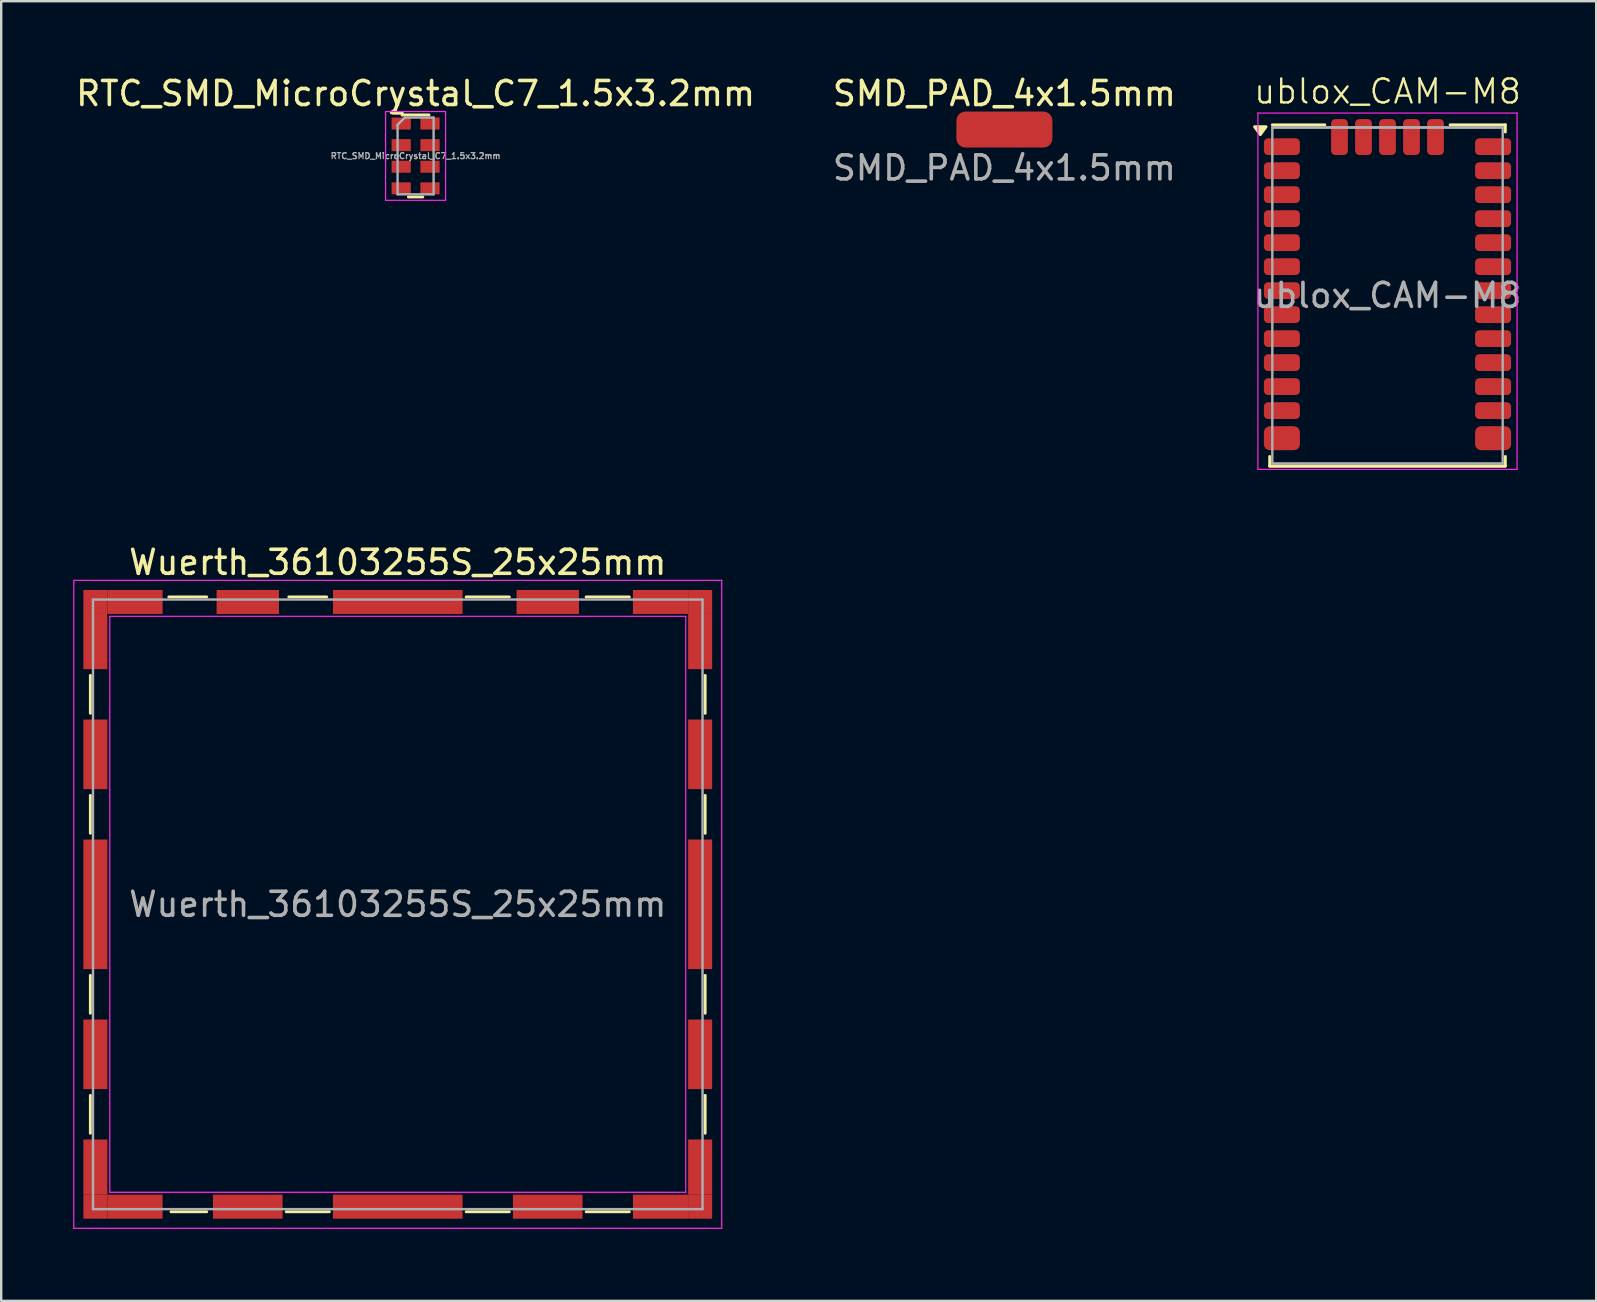
<source format=kicad_pcb>
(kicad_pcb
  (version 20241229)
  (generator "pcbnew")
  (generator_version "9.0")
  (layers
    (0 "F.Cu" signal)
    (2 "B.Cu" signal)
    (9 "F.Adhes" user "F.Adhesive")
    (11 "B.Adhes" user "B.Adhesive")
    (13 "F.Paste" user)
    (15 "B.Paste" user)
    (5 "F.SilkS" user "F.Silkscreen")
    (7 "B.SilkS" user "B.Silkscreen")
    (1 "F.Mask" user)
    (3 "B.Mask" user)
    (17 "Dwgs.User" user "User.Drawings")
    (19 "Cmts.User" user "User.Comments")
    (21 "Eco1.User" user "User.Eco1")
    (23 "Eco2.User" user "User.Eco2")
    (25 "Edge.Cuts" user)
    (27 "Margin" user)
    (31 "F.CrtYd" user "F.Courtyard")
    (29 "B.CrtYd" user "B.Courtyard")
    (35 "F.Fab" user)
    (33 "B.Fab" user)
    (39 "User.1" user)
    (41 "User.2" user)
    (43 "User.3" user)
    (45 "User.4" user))
  (footprint "ublox_CAM-M8"
    (layer "F.Cu")
    (at 54.768 9.261)
    (property "Reference" "ublox_CAM-M8" (at 0 -8.5 0) (unlocked yes) (layer "F.SilkS") (effects (font (size 1 1) (thickness 0.1))))
    (attr smd)
    (fp_line (start -4.91 6.71) (end -4.91 7.11) (stroke (width 0.12) (type default)) (layer "F.SilkS"))
    (fp_line (start -4.91 7.11) (end 4.91 7.11) (stroke (width 0.12) (type default)) (layer "F.SilkS"))
    (fp_line (start -4.91 7.11) (end 4.91 7.11) (stroke (width 0.12) (type default)) (layer "F.SilkS"))
    (fp_line (start -4.8 -7.11) (end -2.61 -7.11) (stroke (width 0.12) (type default)) (layer "F.SilkS"))
    (fp_line (start 2.61 -7.11) (end 4.91 -7.11) (stroke (width 0.12) (type default)) (layer "F.SilkS"))
    (fp_line (start 4.91 -7.11) (end 4.91 -6.81) (stroke (width 0.12) (type default)) (layer "F.SilkS"))
    (fp_line (start 4.91 6.71) (end 4.91 7.1) (stroke (width 0.12) (type default)) (layer "F.SilkS"))
    (fp_poly (pts (xy -5.3 -6.7) (xy -5.54 -7.03) (xy -5.06 -7.03) (xy -5.3 -6.7)) (stroke (width 0.12) (type solid)) (fill yes) (layer "F.SilkS"))
    (fp_line (start -5.4 -7.6) (end -5.4 7.25) (stroke (width 0.05) (type default)) (layer "F.CrtYd"))
    (fp_line (start -5.4 -7.6) (end 5.4 -7.6) (stroke (width 0.05) (type default)) (layer "F.CrtYd"))
    (fp_line (start -5.4 7.25) (end 5.4 7.25) (stroke (width 0.05) (type default)) (layer "F.CrtYd"))
    (fp_line (start 5.4 -7.6) (end 5.4 7.25) (stroke (width 0.05) (type default)) (layer "F.CrtYd"))
    (fp_line (start -4.8 -7) (end -4.8 7) (stroke (width 0.1) (type default)) (layer "F.Fab"))
    (fp_line (start -4.8 -7) (end 4.8 -7) (stroke (width 0.1) (type default)) (layer "F.Fab"))
    (fp_line (start -4.8 -7) (end 4.8 -7) (stroke (width 0.1) (type default)) (layer "F.Fab"))
    (fp_line (start -4.8 7) (end 4.8 7) (stroke (width 0.1) (type default)) (layer "F.Fab"))
    (fp_line (start 4.8 -7) (end 4.8 7) (stroke (width 0.1) (type default)) (layer "F.Fab"))
    (fp_text user "${REFERENCE}" (at 0 0 0) (unlocked yes) (layer "F.Fab") (effects (font (size 1 1) (thickness 0.15))))
    (pad "1" smd roundrect (at -4.4 -6.2 90) (size 0.7 1.5) (layers "F.Cu" "F.Mask" "F.Paste") (roundrect_rratio 0.25))
    (pad "2" smd roundrect (at -4.4 -5.2 90) (size 0.7 1.5) (layers "F.Cu" "F.Mask" "F.Paste") (roundrect_rratio 0.25))
    (pad "3" smd roundrect (at -4.4 -4.2 90) (size 0.7 1.5) (layers "F.Cu" "F.Mask" "F.Paste") (roundrect_rratio 0.25))
    (pad "4" smd roundrect (at -4.4 -3.2 90) (size 0.7 1.5) (layers "F.Cu" "F.Mask" "F.Paste") (roundrect_rratio 0.25))
    (pad "5" smd roundrect (at -4.4 -2.2 90) (size 0.7 1.5) (layers "F.Cu" "F.Mask" "F.Paste") (roundrect_rratio 0.25))
    (pad "6" smd roundrect (at -4.4 -1.2 90) (size 0.7 1.5) (layers "F.Cu" "F.Mask" "F.Paste") (roundrect_rratio 0.25))
    (pad "7" smd roundrect (at -4.4 -0.2 90) (size 0.7 1.5) (layers "F.Cu" "F.Mask" "F.Paste") (roundrect_rratio 0.25))
    (pad "8" smd roundrect (at -4.4 0.8 90) (size 0.7 1.5) (layers "F.Cu" "F.Mask" "F.Paste") (roundrect_rratio 0.25))
    (pad "9" smd roundrect (at -4.4 1.8 90) (size 0.7 1.5) (layers "F.Cu" "F.Mask" "F.Paste") (roundrect_rratio 0.25))
    (pad "10" smd roundrect (at -4.4 2.8 90) (size 0.7 1.5) (layers "F.Cu" "F.Mask" "F.Paste") (roundrect_rratio 0.25))
    (pad "11" smd roundrect (at -4.4 3.8 90) (size 0.7 1.5) (layers "F.Cu" "F.Mask" "F.Paste") (roundrect_rratio 0.25))
    (pad "12" smd roundrect (at -4.4 4.8 90) (size 0.7 1.5) (layers "F.Cu" "F.Mask" "F.Paste") (roundrect_rratio 0.25))
    (pad "13" smd roundrect (at -4.4 5.95 90) (size 1 1.5) (layers "F.Cu" "F.Mask" "F.Paste") (roundrect_rratio 0.25))
    (pad "14" smd roundrect (at 4.4 5.95 90) (size 1 1.5) (layers "F.Cu" "F.Mask" "F.Paste") (roundrect_rratio 0.25))
    (pad "15" smd roundrect (at 4.4 4.8 90) (size 0.7 1.5) (layers "F.Cu" "F.Mask" "F.Paste") (roundrect_rratio 0.25))
    (pad "16" smd roundrect (at 4.4 3.8 90) (size 0.7 1.5) (layers "F.Cu" "F.Mask" "F.Paste") (roundrect_rratio 0.25))
    (pad "17" smd roundrect (at 4.4 2.8 90) (size 0.7 1.5) (layers "F.Cu" "F.Mask" "F.Paste") (roundrect_rratio 0.25))
    (pad "18" smd roundrect (at 4.4 1.8 90) (size 0.7 1.5) (layers "F.Cu" "F.Mask" "F.Paste") (roundrect_rratio 0.25))
    (pad "19" smd roundrect (at 4.4 0.8 90) (size 0.7 1.5) (layers "F.Cu" "F.Mask" "F.Paste") (roundrect_rratio 0.25))
    (pad "20" smd roundrect (at 4.4 -0.2 90) (size 0.7 1.5) (layers "F.Cu" "F.Mask" "F.Paste") (roundrect_rratio 0.25))
    (pad "21" smd roundrect (at 4.4 -1.2 90) (size 0.7 1.5) (layers "F.Cu" "F.Mask" "F.Paste") (roundrect_rratio 0.25))
    (pad "22" smd roundrect (at 4.4 -2.2 90) (size 0.7 1.5) (layers "F.Cu" "F.Mask" "F.Paste") (roundrect_rratio 0.25))
    (pad "23" smd roundrect (at 4.4 -3.2 90) (size 0.7 1.5) (layers "F.Cu" "F.Mask" "F.Paste") (roundrect_rratio 0.25))
    (pad "24" smd roundrect (at 4.4 -4.2 90) (size 0.7 1.5) (layers "F.Cu" "F.Mask" "F.Paste") (roundrect_rratio 0.25))
    (pad "25" smd roundrect (at 4.4 -5.2 90) (size 0.7 1.5) (layers "F.Cu" "F.Mask" "F.Paste") (roundrect_rratio 0.25))
    (pad "26" smd roundrect (at 4.4 -6.2 90) (size 0.7 1.5) (layers "F.Cu" "F.Mask" "F.Paste") (roundrect_rratio 0.25))
    (pad "27" smd roundrect (at 2 -6.6) (size 0.7 1.5) (layers "F.Cu" "F.Mask" "F.Paste") (roundrect_rratio 0.25))
    (pad "28" smd roundrect (at 1 -6.6) (size 0.7 1.5) (layers "F.Cu" "F.Mask" "F.Paste") (roundrect_rratio 0.25))
    (pad "29" smd roundrect (at 0 -6.6) (size 0.7 1.5) (layers "F.Cu" "F.Mask" "F.Paste") (roundrect_rratio 0.25))
    (pad "30" smd roundrect (at -1 -6.6) (size 0.7 1.5) (layers "F.Cu" "F.Mask" "F.Paste") (roundrect_rratio 0.25))
    (pad "31" smd roundrect (at -2 -6.6) (size 0.7 1.5) (layers "F.Cu" "F.Mask" "F.Paste") (roundrect_rratio 0.25))
    (zone (net_name "") (layers "F.Cu" "B.Cu") (hatch edge 0.5) (connect_pads) (min_thickness 0.25) (filled_areas_thickness no) (keepout (tracks not_allowed) (vias not_allowed) (pads not_allowed) (copperpour not_allowed) (footprints allowed)) (placement (enabled no)) (fill) (polygon (pts (xy 51.168 11.46) (xy 51.168 16.261) (xy 58.368 16.261) (xy 58.368 11.46)))))
  (footprint "SMD_PAD_4x1.5mm"
    (layer "F.Cu")
    (at 38.804 2.348)
    (property "Reference" "SMD_PAD_4x1.5mm" (at 0 -1.5 0) (unlocked yes) (layer "F.SilkS") (effects (font (size 1 1) (thickness 0.15))))
    (attr smd)
    (fp_text user "${REFERENCE}" (at 0 1.6 0) (unlocked yes) (layer "F.Fab") (effects (font (size 1 1) (thickness 0.15))))
    (pad "1" smd roundrect (at 0 0) (size 4 1.5) (layers "F.Cu" "F.Mask" "F.Paste") (roundrect_rratio 0.25)))
  (footprint "Wuerth_36103255S_25x25mm"
    (layer "F.Cu")
    (at 13.525 34.634)
    (property "Reference" "Wuerth_36103255S_25x25mm" (at 0 -14.25 0) (layer "F.SilkS") (effects (font (size 1 1) (thickness 0.15))))
    (attr smd)
    (fp_line (start -12.81 -9.54) (end -12.81 -7.96) (stroke (width 0.12) (type solid)) (layer "F.SilkS"))
    (fp_line (start -12.81 -4.54) (end -12.81 -2.96) (stroke (width 0.12) (type solid)) (layer "F.SilkS"))
    (fp_line (start -12.81 2.96) (end -12.81 4.54) (stroke (width 0.12) (type solid)) (layer "F.SilkS"))
    (fp_line (start -12.81 7.96) (end -12.81 9.54) (stroke (width 0.12) (type solid)) (layer "F.SilkS"))
    (fp_line (start -9.54 -12.81) (end -7.96 -12.81) (stroke (width 0.12) (type solid)) (layer "F.SilkS"))
    (fp_line (start -9.45 12.81) (end -7.96 12.81) (stroke (width 0.12) (type solid)) (layer "F.SilkS"))
    (fp_line (start -4.65 12.81) (end -2.85 12.81) (stroke (width 0.12) (type solid)) (layer "F.SilkS"))
    (fp_line (start -4.54 -12.81) (end -2.96 -12.81) (stroke (width 0.12) (type solid)) (layer "F.SilkS"))
    (fp_line (start 2.85 -12.81) (end 4.65 -12.81) (stroke (width 0.12) (type solid)) (layer "F.SilkS"))
    (fp_line (start 2.85 12.81) (end 4.65 12.81) (stroke (width 0.12) (type solid)) (layer "F.SilkS"))
    (fp_line (start 7.85 -12.81) (end 9.65 -12.81) (stroke (width 0.12) (type solid)) (layer "F.SilkS"))
    (fp_line (start 7.85 12.81) (end 9.65 12.81) (stroke (width 0.12) (type solid)) (layer "F.SilkS"))
    (fp_line (start 12.81 -9.54) (end 12.81 -7.96) (stroke (width 0.12) (type solid)) (layer "F.SilkS"))
    (fp_line (start 12.81 -4.54) (end 12.81 -2.96) (stroke (width 0.12) (type solid)) (layer "F.SilkS"))
    (fp_line (start 12.81 2.96) (end 12.81 4.54) (stroke (width 0.12) (type solid)) (layer "F.SilkS"))
    (fp_line (start 12.81 7.96) (end 12.81 9.54) (stroke (width 0.12) (type solid)) (layer "F.SilkS"))
    (fp_line (start -13.5 -13.5) (end -13.5 13.5) (stroke (width 0.05) (type solid)) (layer "F.CrtYd"))
    (fp_line (start -13.5 13.5) (end 13.5 13.5) (stroke (width 0.05) (type solid)) (layer "F.CrtYd"))
    (fp_line (start -12 -12) (end -12 12) (stroke (width 0.05) (type solid)) (layer "F.CrtYd"))
    (fp_line (start -12 12) (end 12 12) (stroke (width 0.05) (type solid)) (layer "F.CrtYd"))
    (fp_line (start 12 -12) (end -12 -12) (stroke (width 0.05) (type solid)) (layer "F.CrtYd"))
    (fp_line (start 12 12) (end 12 -12) (stroke (width 0.05) (type solid)) (layer "F.CrtYd"))
    (fp_line (start 13.5 -13.5) (end -13.5 -13.5) (stroke (width 0.05) (type solid)) (layer "F.CrtYd"))
    (fp_line (start 13.5 13.5) (end 13.5 -13.5) (stroke (width 0.05) (type solid)) (layer "F.CrtYd"))
    (fp_line (start -12.7 -12.7) (end -12.7 12.7) (stroke (width 0.1) (type solid)) (layer "F.Fab"))
    (fp_line (start -12.7 12.7) (end 12.7 12.7) (stroke (width 0.1) (type solid)) (layer "F.Fab"))
    (fp_line (start 12.7 -12.7) (end -12.7 -12.7) (stroke (width 0.1) (type solid)) (layer "F.Fab"))
    (fp_line (start 12.7 12.7) (end 12.7 -12.7) (stroke (width 0.1) (type solid)) (layer "F.Fab"))
    (fp_text user "${REFERENCE}" (at 0 0 0) (layer "F.Fab") (effects (font (size 1 1) (thickness 0.15))))
    (pad "1" smd rect (at -12.6 -12.6) (size 1 1) (layers "F.Cu" "F.Mask" "F.Paste"))
    (pad "1" smd rect (at -12.6 -10.95) (size 1 2.3) (layers "F.Cu" "F.Mask" "F.Paste"))
    (pad "1" smd rect (at -12.6 -6.25) (size 1 2.9) (layers "F.Cu" "F.Mask" "F.Paste"))
    (pad "1" smd rect (at -12.6 0) (size 1 5.4) (layers "F.Cu" "F.Mask" "F.Paste"))
    (pad "1" smd rect (at -12.6 6.25) (size 1 2.9) (layers "F.Cu" "F.Mask" "F.Paste"))
    (pad "1" smd rect (at -12.6 10.95) (size 1 2.3) (layers "F.Cu" "F.Mask" "F.Paste"))
    (pad "1" smd rect (at -12.6 12.6) (size 1 1) (layers "F.Cu" "F.Mask" "F.Paste"))
    (pad "1" smd rect (at -10.95 -12.6) (size 2.3 1) (layers "F.Cu" "F.Mask" "F.Paste"))
    (pad "1" smd rect (at -10.95 12.6) (size 2.3 1) (layers "F.Cu" "F.Mask" "F.Paste"))
    (pad "1" smd rect (at -6.25 -12.6) (size 2.6 1) (layers "F.Cu" "F.Mask" "F.Paste"))
    (pad "1" smd rect (at -6.25 12.6) (size 2.9 1) (layers "F.Cu" "F.Mask" "F.Paste"))
    (pad "1" smd rect (at 0 -12.6) (size 5.4 1) (layers "F.Cu" "F.Mask" "F.Paste"))
    (pad "1" smd rect (at 0 12.6) (size 5.4 1) (layers "F.Cu" "F.Mask" "F.Paste"))
    (pad "1" smd rect (at 6.25 -12.6) (size 2.6 1) (layers "F.Cu" "F.Mask" "F.Paste"))
    (pad "1" smd rect (at 6.25 12.6) (size 2.9 1) (layers "F.Cu" "F.Mask" "F.Paste"))
    (pad "1" smd rect (at 10.95 -12.6) (size 2.3 1) (layers "F.Cu" "F.Mask" "F.Paste"))
    (pad "1" smd rect (at 10.95 12.6) (size 2.3 1) (layers "F.Cu" "F.Mask" "F.Paste"))
    (pad "1" smd rect (at 12.6 -12.6) (size 1 1) (layers "F.Cu" "F.Mask" "F.Paste"))
    (pad "1" smd rect (at 12.6 -10.95) (size 1 2.3) (layers "F.Cu" "F.Mask" "F.Paste"))
    (pad "1" smd rect (at 12.6 -6.25) (size 1 2.9) (layers "F.Cu" "F.Mask" "F.Paste"))
    (pad "1" smd rect (at 12.6 0) (size 1 5.4) (layers "F.Cu" "F.Mask" "F.Paste"))
    (pad "1" smd rect (at 12.6 6.25) (size 1 2.9) (layers "F.Cu" "F.Mask" "F.Paste"))
    (pad "1" smd rect (at 12.6 10.95) (size 1 2.3) (layers "F.Cu" "F.Mask" "F.Paste"))
    (pad "1" smd rect (at 12.6 12.6) (size 1 1) (layers "F.Cu" "F.Mask" "F.Paste")))
  (footprint "RTC_SMD_MicroCrystal_C7_1.5x3.2mm"
    (layer "F.Cu")
    (at 14.268 3.448)
    (property "Reference" "RTC_SMD_MicroCrystal_C7_1.5x3.2mm" (at 0 -2.6 0) (layer "F.SilkS") (effects (font (size 1 1) (thickness 0.15))))
    (attr smd)
    (fp_line (start -0.94 -1.78) (end -0.56 -1.78) (stroke (width 0.12) (type solid)) (layer "F.SilkS"))
    (fp_line (start -0.56 -1.78) (end -0.56 -1.71) (stroke (width 0.12) (type solid)) (layer "F.SilkS"))
    (fp_line (start -0.56 -1.71) (end 0.56 -1.71) (stroke (width 0.12) (type solid)) (layer "F.SilkS"))
    (fp_line (start -0.3 1.71) (end 0.3 1.71) (stroke (width 0.12) (type solid)) (layer "F.SilkS"))
    (fp_line (start -1.25 -1.85) (end -1.25 1.85) (stroke (width 0.05) (type solid)) (layer "F.CrtYd"))
    (fp_line (start -1.25 -1.85) (end 1.25 -1.85) (stroke (width 0.05) (type solid)) (layer "F.CrtYd"))
    (fp_line (start -1.25 1.85) (end 1.25 1.85) (stroke (width 0.05) (type solid)) (layer "F.CrtYd"))
    (fp_line (start 1.25 -1.85) (end 1.25 1.85) (stroke (width 0.05) (type solid)) (layer "F.CrtYd"))
    (fp_line (start -0.75 -1.3) (end -0.75 1.6) (stroke (width 0.1) (type solid)) (layer "F.Fab"))
    (fp_line (start -0.75 1.6) (end 0.75 1.6) (stroke (width 0.1) (type solid)) (layer "F.Fab"))
    (fp_line (start -0.45 -1.6) (end -0.75 -1.3) (stroke (width 0.1) (type solid)) (layer "F.Fab"))
    (fp_line (start -0.45 -1.6) (end 0.75 -1.6) (stroke (width 0.1) (type solid)) (layer "F.Fab"))
    (fp_line (start 0.75 -1.6) (end 0.75 1.6) (stroke (width 0.1) (type solid)) (layer "F.Fab"))
    (fp_text user "${REFERENCE}" (at 0 0 0) (layer "F.Fab") (effects (font (size 0.25 0.25) (thickness 0.052))))
    (pad "1" smd rect (at -0.6 -1.35) (size 0.8 0.5) (layers "F.Cu" "F.Mask" "F.Paste"))
    (pad "2" smd rect (at -0.6 -0.45) (size 0.8 0.5) (layers "F.Cu" "F.Mask" "F.Paste"))
    (pad "3" smd rect (at -0.6 0.45) (size 0.8 0.5) (layers "F.Cu" "F.Mask" "F.Paste"))
    (pad "4" smd rect (at -0.6 1.35) (size 0.8 0.5) (layers "F.Cu" "F.Mask" "F.Paste"))
    (pad "5" smd rect (at 0.6 1.35) (size 0.8 0.5) (layers "F.Cu" "F.Mask" "F.Paste"))
    (pad "6" smd rect (at 0.6 0.45) (size 0.8 0.5) (layers "F.Cu" "F.Mask" "F.Paste"))
    (pad "7" smd rect (at 0.6 -0.45) (size 0.8 0.5) (layers "F.Cu" "F.Mask" "F.Paste"))
    (pad "8" smd rect (at 0.6 -1.35) (size 0.8 0.5) (layers "F.Cu" "F.Mask" "F.Paste")))
  (gr_rect
    (start -3 -3)
    (end 63.464 51.159)
    (stroke (width 0.1) (type default))
    (fill no)
    (layer "Edge.Cuts")))
</source>
